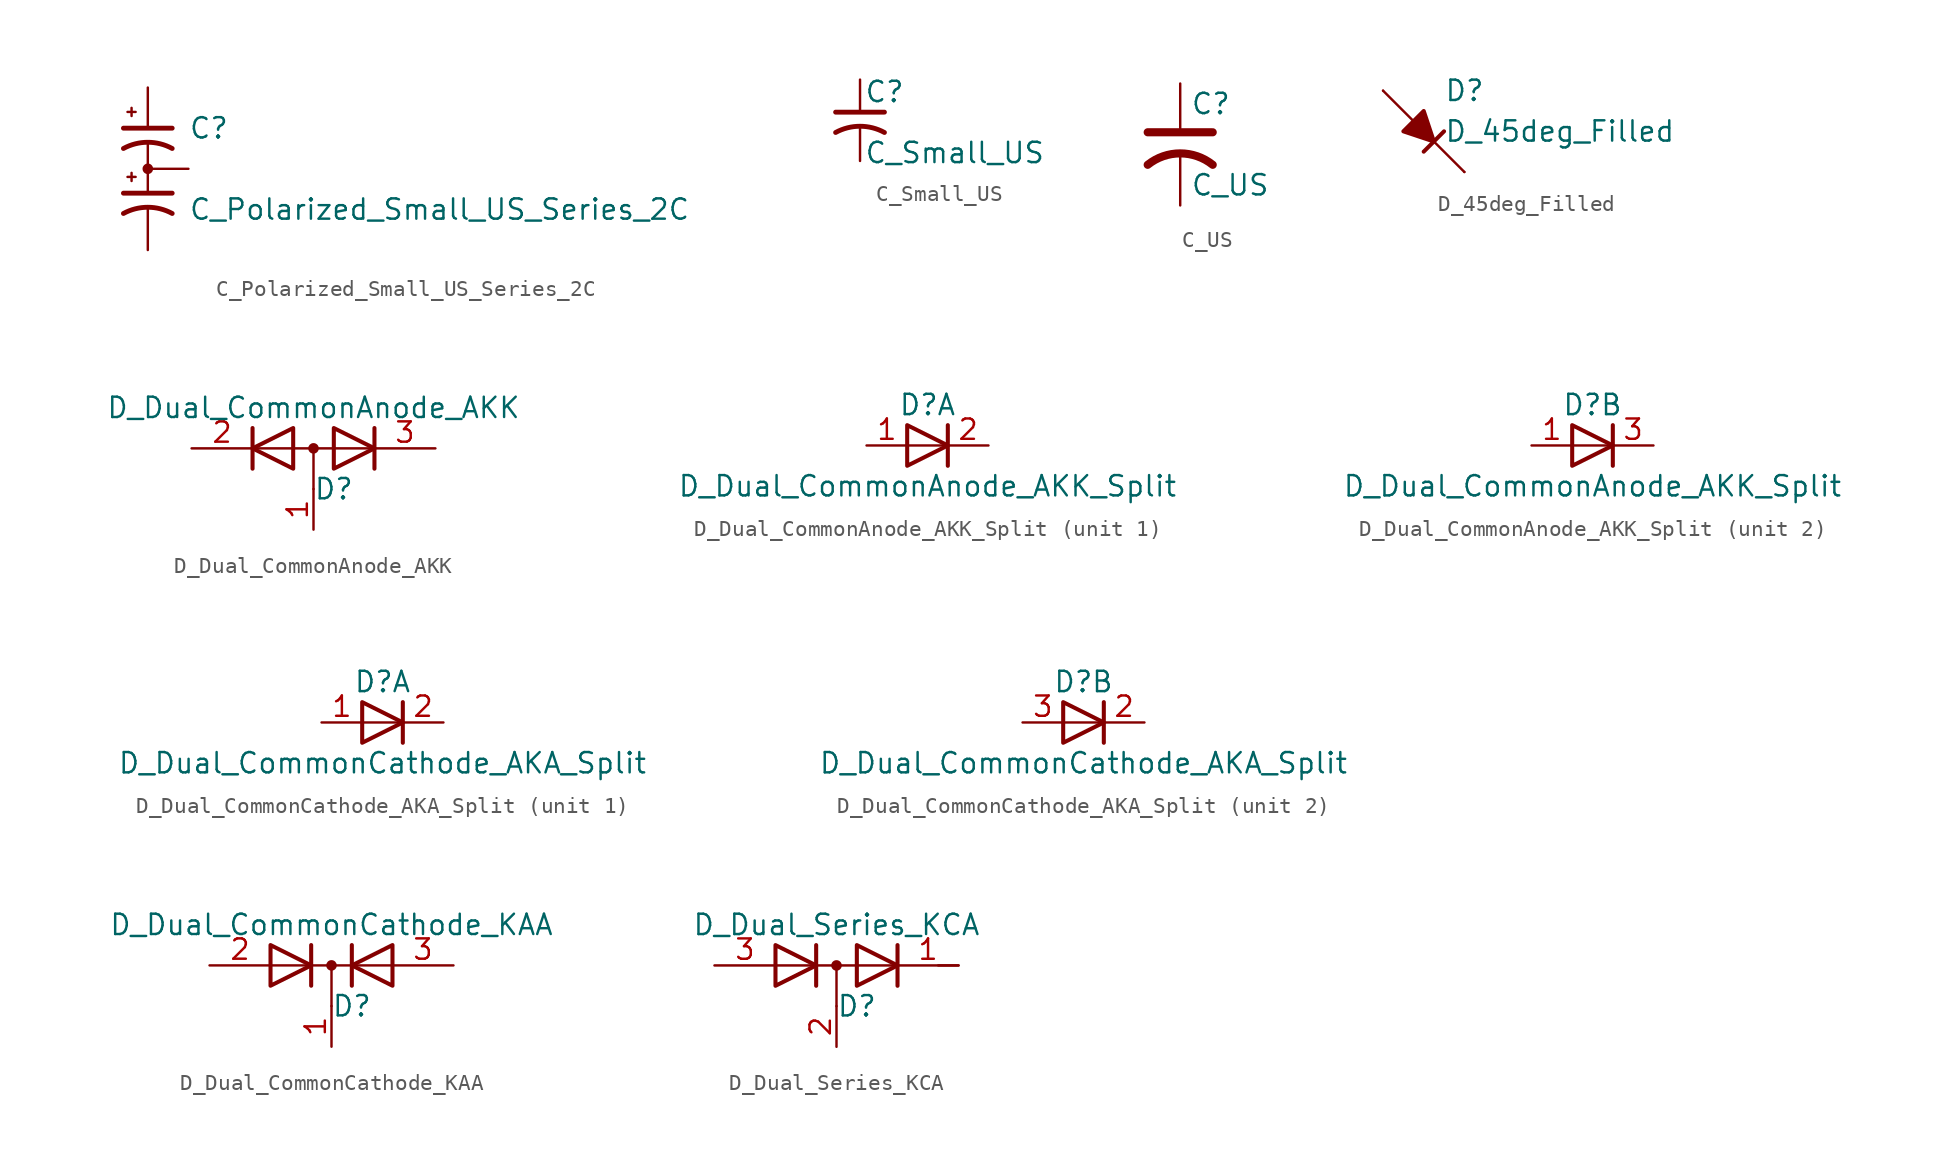
<source format=kicad_sym>
(kicad_symbol_lib
  (version 20241209)
  (generator "kicad_symbol_editor")
  (generator_version "9.0")
  (symbol "C_Polarized_Small_US_Series_2C"
    (pin_numbers
      (hide yes))
    (pin_names
      (hide yes))
    (property "Reference" "C"
      (at 2.54 2.54 0)
      (effects (font (size 1.27 1.27)) (justify left)))
    (property "Value" "C_Polarized_Small_US_Series_2C"
      (at 2.54 -2.54 0)
      (effects (font (size 1.27 1.27)) (justify left)))
    (symbol "C_Polarized_Small_US_Series_2C_0_1"
      (polyline (pts (xy -1.524 2.54) (xy 1.524 2.54)) (stroke (width 0.305) (type default)) (fill (type none)))
      (polyline (pts (xy -1.524 -1.524) (xy 1.524 -1.524)) (stroke (width 0.305) (type default)) (fill (type none)))
      (polyline (pts (xy -1.27 3.556) (xy -0.762 3.556)) (stroke (width 0) (type default)) (fill (type none)))
      (polyline (pts (xy -1.27 -0.508) (xy -0.762 -0.508)) (stroke (width 0) (type default)) (fill (type none)))
      (polyline (pts (xy -1.016 3.302) (xy -1.016 3.81)) (stroke (width 0) (type default)) (fill (type none)))
      (polyline (pts (xy -1.016 -0.762) (xy -1.016 -0.254)) (stroke (width 0) (type default)) (fill (type none)))
      (polyline (pts (xy 0 1.524) (xy 0 -1.524)) (stroke (width 0.152) (type default)) (fill (type none)))
      (circle (center 0 0) (radius 0.254) (stroke (width 0) (type default)) (fill (type outline)))
      (arc (start -1.524 1.27) (mid 0 1.6586) (end 1.524 1.27) (stroke (width 0.3048) (type default)) (fill (type none)))
      (arc (start -1.524 -2.794) (mid 0 -2.4054) (end 1.524 -2.794) (stroke (width 0.3048) (type default)) (fill (type none))))
    (symbol "C_Polarized_Small_US_Series_2C_1_1"
      (pin passive line (at 0 5.08 270) (length 2.54) (name "~" (effects (font (size 1.27 1.27)))) (number "1" (effects (font (size 1.27 1.27)))))
      (pin passive line (at 0 -5.08 90) (length 2.54) (name "~" (effects (font (size 1.27 1.27)))) (number "3" (effects (font (size 1.27 1.27)))))
      (pin passive line (at 2.54 0 180) (length 2.54) (name "~" (effects (font (size 1.27 1.27)))) (number "2" (effects (font (size 1.27 1.27)))))))
  (symbol "C_Small_US"
    (pin_numbers
      (hide yes))
    (pin_names
      (offset 0.254)
      (hide yes))
    (property "Reference" "C"
      (at 0.254 1.778 0)
      (effects (font (size 1.27 1.27)) (justify left)))
    (property "Value" "C_Small_US"
      (at 0.254 -2.032 0)
      (effects (font (size 1.27 1.27)) (justify left)))
    (symbol "C_Small_US_0_1"
      (polyline (pts (xy -1.524 0.508) (xy 1.524 0.508)) (stroke (width 0.305) (type default)) (fill (type none)))
      (arc (start -1.524 -0.762) (mid 0 -0.3734) (end 1.524 -0.762) (stroke (width 0.3048) (type default)) (fill (type none))))
    (symbol "C_Small_US_1_1"
      (pin passive line (at 0 2.54 270) (length 2.032) (name "~" (effects (font (size 1.27 1.27)))) (number "1" (effects (font (size 1.27 1.27)))))
      (pin passive line (at 0 -2.54 90) (length 2.032) (name "~" (effects (font (size 1.27 1.27)))) (number "2" (effects (font (size 1.27 1.27)))))))
  (symbol "C_US"
    (pin_numbers
      (hide yes))
    (pin_names
      (offset 0.254)
      (hide yes))
    (property "Reference" "C"
      (at 0.635 2.54 0)
      (effects (font (size 1.27 1.27)) (justify left)))
    (property "Value" "C_US"
      (at 0.635 -2.54 0)
      (effects (font (size 1.27 1.27)) (justify left)))
    (symbol "C_US_0_1"
      (polyline (pts (xy -2.032 0.762) (xy 2.032 0.762)) (stroke (width 0.508) (type default)) (fill (type none)))
      (arc (start -2.032 -1.27) (mid 0 -0.5572) (end 2.032 -1.27) (stroke (width 0.508) (type default)) (fill (type none))))
    (symbol "C_US_1_1"
      (pin passive line (at 0 3.81 270) (length 2.794) (name "~" (effects (font (size 1.27 1.27)))) (number "1" (effects (font (size 1.27 1.27)))))
      (pin passive line (at 0 -3.81 90) (length 3.302) (name "~" (effects (font (size 1.27 1.27)))) (number "2" (effects (font (size 1.27 1.27)))))))
  (symbol "D_45deg_Filled"
    (pin_numbers
      (hide yes))
    (pin_names
      (offset 0)
      (hide yes))
    (property "Reference" "D"
      (at 1.27 2.54 0)
      (effects (font (size 1.27 1.27)) (justify left)))
    (property "Value" "D_45deg_Filled"
      (at 1.27 0 0)
      (effects (font (size 1.27 1.27)) (justify left)))
    (symbol "D_45deg_Filled_0_1"
      (polyline (pts (xy -0.635 0.635) (xy -2.54 2.54)) (stroke (width 0) (type default)) (fill (type none)))
      (polyline (pts (xy 0 -1.27) (xy 1.27 0)) (stroke (width 0.254) (type default)) (fill (type none)))
      (polyline (pts (xy 2.54 -2.54) (xy 0.635 -0.635)) (stroke (width 0) (type default)) (fill (type none))))
    (symbol "D_45deg_Filled_1_1"
      (polyline (pts (xy -1.27 0) (xy 0 1.27) (xy 0.635 -0.635) (xy -1.27 0)) (stroke (width 0.254) (type default)) (fill (type outline)))
      (pin passive line (at -2.54 2.54 0) (length 0) (name "A" (effects (font (size 1.27 1.27)))) (number "2" (effects (font (size 1.27 1.27)))))
      (pin passive line (at 2.54 -2.54 180) (length 0) (name "K" (effects (font (size 1.27 1.27)))) (number "1" (effects (font (size 1.27 1.27)))))))
  (symbol "D_Dual_CommonAnode_AKK"
    (pin_names
      (offset 0.762)
      (hide yes))
    (property "Reference" "D"
      (at 1.27 -2.54 0)
      (effects (font (size 1.27 1.27))))
    (property "Value" "D_Dual_CommonAnode_AKK"
      (at 0 2.54 0)
      (effects (font (size 1.27 1.27))))
    (symbol "D_Dual_CommonAnode_AKK_0_1"
      (polyline (pts (xy -3.81 1.27) (xy -3.81 -1.27) (xy -3.81 -1.27)) (stroke (width 0.254) (type default)) (fill (type none)))
      (polyline (pts (xy -3.556 0) (xy 3.81 0)) (stroke (width 0) (type default)) (fill (type none)))
      (polyline (pts (xy -1.27 -1.27) (xy -3.81 0) (xy -1.27 1.27) (xy -1.27 -1.27) (xy -1.27 -1.27) (xy -1.27 -1.27)) (stroke (width 0.254) (type default)) (fill (type none)))
      (polyline (pts (xy 0 0) (xy 0 -2.54)) (stroke (width 0) (type default)) (fill (type none)))
      (circle (center 0 0) (radius 0.254) (stroke (width 0) (type default)) (fill (type outline)))
      (polyline (pts (xy 1.27 1.27) (xy 3.81 0) (xy 1.27 -1.27) (xy 1.27 1.27) (xy 1.27 1.27) (xy 1.27 1.27)) (stroke (width 0.254) (type default)) (fill (type none)))
      (polyline (pts (xy 3.81 1.27) (xy 3.81 -1.27) (xy 3.81 -1.27)) (stroke (width 0.254) (type default)) (fill (type none)))
      (pin passive line (at -7.62 0 0) (length 3.81) (name "K" (effects (font (size 1.27 1.27)))) (number "2" (effects (font (size 1.27 1.27)))))
      (pin passive line (at 0 -5.08 90) (length 2.54) (name "A" (effects (font (size 1.27 1.27)))) (number "1" (effects (font (size 1.27 1.27)))))
      (pin passive line (at 7.62 0 180) (length 3.81) (name "K" (effects (font (size 1.27 1.27)))) (number "3" (effects (font (size 1.27 1.27)))))))
  (symbol "D_Dual_CommonAnode_AKK_Split"
    (pin_names
      (offset 0.762)
      (hide yes))
    (property "Reference" "D"
      (at 0 2.54 0)
      (effects (font (size 1.27 1.27))))
    (property "Value" "D_Dual_CommonAnode_AKK_Split"
      (at 0 -2.54 0)
      (effects (font (size 1.27 1.27))))
    (property "ki_locked" ""
      (at 0 0 0)
      (effects (font (size 1.27 1.27))))
    (symbol "D_Dual_CommonAnode_AKK_Split_0_0"
      (polyline (pts (xy 1.27 1.27) (xy 1.27 -1.27)) (stroke (width 0.254) (type default)) (fill (type none)))
      (polyline (pts (xy 1.27 0) (xy -1.27 0)) (stroke (width 0) (type default)) (fill (type none))))
    (symbol "D_Dual_CommonAnode_AKK_Split_0_1"
      (polyline (pts (xy -1.27 1.27) (xy 1.27 0) (xy -1.27 -1.27) (xy -1.27 1.27) (xy -1.27 1.27) (xy -1.27 1.27)) (stroke (width 0.254) (type default)) (fill (type none)))
      (pin passive line (at -3.81 0 0) (length 2.54) (name "A" (effects (font (size 1.27 1.27)))) (number "1" (effects (font (size 1.27 1.27))))))
    (symbol "D_Dual_CommonAnode_AKK_Split_1_1"
      (pin passive line (at 3.81 0 180) (length 2.54) (name "K" (effects (font (size 1.27 1.27)))) (number "2" (effects (font (size 1.27 1.27))))))
    (symbol "D_Dual_CommonAnode_AKK_Split_2_1"
      (pin passive line (at 3.81 0 180) (length 2.54) (name "K" (effects (font (size 1.27 1.27)))) (number "3" (effects (font (size 1.27 1.27)))))))
  (symbol "D_Dual_CommonCathode_AKA_Split"
    (pin_names
      (offset 0.762)
      (hide yes))
    (property "Reference" "D"
      (at 0 2.54 0)
      (effects (font (size 1.27 1.27))))
    (property "Value" "D_Dual_CommonCathode_AKA_Split"
      (at 0 -2.54 0)
      (effects (font (size 1.27 1.27))))
    (property "ki_locked" ""
      (at 0 0 0)
      (effects (font (size 1.27 1.27))))
    (symbol "D_Dual_CommonCathode_AKA_Split_0_0"
      (polyline (pts (xy 1.27 1.27) (xy 1.27 -1.27)) (stroke (width 0.254) (type default)) (fill (type none)))
      (polyline (pts (xy 1.27 0) (xy -1.27 0)) (stroke (width 0) (type default)) (fill (type none))))
    (symbol "D_Dual_CommonCathode_AKA_Split_0_1"
      (polyline (pts (xy -1.27 1.27) (xy 1.27 0) (xy -1.27 -1.27) (xy -1.27 1.27) (xy -1.27 1.27) (xy -1.27 1.27)) (stroke (width 0.254) (type default)) (fill (type none)))
      (pin passive line (at 3.81 0 180) (length 2.54) (name "K" (effects (font (size 1.27 1.27)))) (number "2" (effects (font (size 1.27 1.27))))))
    (symbol "D_Dual_CommonCathode_AKA_Split_1_1"
      (pin passive line (at -3.81 0 0) (length 2.54) (name "A" (effects (font (size 1.27 1.27)))) (number "1" (effects (font (size 1.27 1.27))))))
    (symbol "D_Dual_CommonCathode_AKA_Split_2_1"
      (pin passive line (at -3.81 0 0) (length 2.54) (name "A" (effects (font (size 1.27 1.27)))) (number "3" (effects (font (size 1.27 1.27)))))))
  (symbol "D_Dual_CommonCathode_KAA"
    (pin_names
      (offset 0.762)
      (hide yes))
    (property "Reference" "D"
      (at 1.27 -2.54 0)
      (effects (font (size 1.27 1.27))))
    (property "Value" "D_Dual_CommonCathode_KAA"
      (at 0 2.54 0)
      (effects (font (size 1.27 1.27))))
    (symbol "D_Dual_CommonCathode_KAA_0_1"
      (polyline (pts (xy -3.81 1.27) (xy -1.27 0) (xy -3.81 -1.27) (xy -3.81 1.27) (xy -3.81 1.27) (xy -3.81 1.27)) (stroke (width 0.254) (type default)) (fill (type none)))
      (polyline (pts (xy -3.81 0) (xy 3.81 0)) (stroke (width 0) (type default)) (fill (type none)))
      (polyline (pts (xy -1.27 -1.27) (xy -1.27 1.27) (xy -1.27 1.27)) (stroke (width 0.254) (type default)) (fill (type none)))
      (polyline (pts (xy 0 0) (xy 0 -2.54)) (stroke (width 0) (type default)) (fill (type none)))
      (circle (center 0 0) (radius 0.254) (stroke (width 0) (type default)) (fill (type outline)))
      (polyline (pts (xy 1.27 -1.27) (xy 1.27 1.27) (xy 1.27 1.27)) (stroke (width 0.254) (type default)) (fill (type none)))
      (polyline (pts (xy 3.81 -1.27) (xy 1.27 0) (xy 3.81 1.27) (xy 3.81 -1.27) (xy 3.81 -1.27) (xy 3.81 -1.27)) (stroke (width 0.254) (type default)) (fill (type none)))
      (pin passive line (at -7.62 0 0) (length 3.81) (name "A" (effects (font (size 1.27 1.27)))) (number "2" (effects (font (size 1.27 1.27)))))
      (pin passive line (at 0 -5.08 90) (length 2.54) (name "K" (effects (font (size 1.27 1.27)))) (number "1" (effects (font (size 1.27 1.27)))))
      (pin passive line (at 7.62 0 180) (length 3.81) (name "A" (effects (font (size 1.27 1.27)))) (number "3" (effects (font (size 1.27 1.27)))))))
  (symbol "D_Dual_Series_KCA"
    (pin_names
      (offset 0.762)
      (hide yes))
    (property "Reference" "D"
      (at 1.27 -2.54 0)
      (effects (font (size 1.27 1.27))))
    (property "Value" "D_Dual_Series_KCA"
      (at 0 2.54 0)
      (effects (font (size 1.27 1.27))))
    (symbol "D_Dual_Series_KCA_0_1"
      (polyline (pts (xy -3.81 1.27) (xy -1.27 0) (xy -3.81 -1.27) (xy -3.81 1.27) (xy -3.81 1.27) (xy -3.81 1.27)) (stroke (width 0.254) (type default)) (fill (type none)))
      (polyline (pts (xy -1.27 -1.27) (xy -1.27 1.27) (xy -1.27 1.27)) (stroke (width 0.254) (type default)) (fill (type none)))
      (polyline (pts (xy 0 0) (xy 0 -2.54)) (stroke (width 0) (type default)) (fill (type none)))
      (circle (center 0 0) (radius 0.254) (stroke (width 0) (type default)) (fill (type outline)))
      (polyline (pts (xy 1.27 1.27) (xy 3.81 0) (xy 1.27 -1.27) (xy 1.27 1.27) (xy 1.27 1.27) (xy 1.27 1.27)) (stroke (width 0.254) (type default)) (fill (type none)))
      (polyline (pts (xy 3.81 1.27) (xy 3.81 -1.27) (xy 3.81 -1.27)) (stroke (width 0.254) (type default)) (fill (type none)))
      (polyline (pts (xy 3.81 0) (xy -3.81 0)) (stroke (width 0) (type default)) (fill (type none)))
      (polyline (pts (xy 6.35 0) (xy 7.62 0)) (stroke (width 0) (type default)) (fill (type none)))
      (pin passive line (at -7.62 0 0) (length 3.81) (name "A" (effects (font (size 1.27 1.27)))) (number "3" (effects (font (size 1.27 1.27)))))
      (pin passive line (at 0 -5.08 90) (length 2.54) (name "common" (effects (font (size 1.27 1.27)))) (number "2" (effects (font (size 1.27 1.27)))))
      (pin passive line (at 7.62 0 180) (length 3.81) (name "K" (effects (font (size 1.27 1.27)))) (number "1" (effects (font (size 1.27 1.27))))))))
</source>
